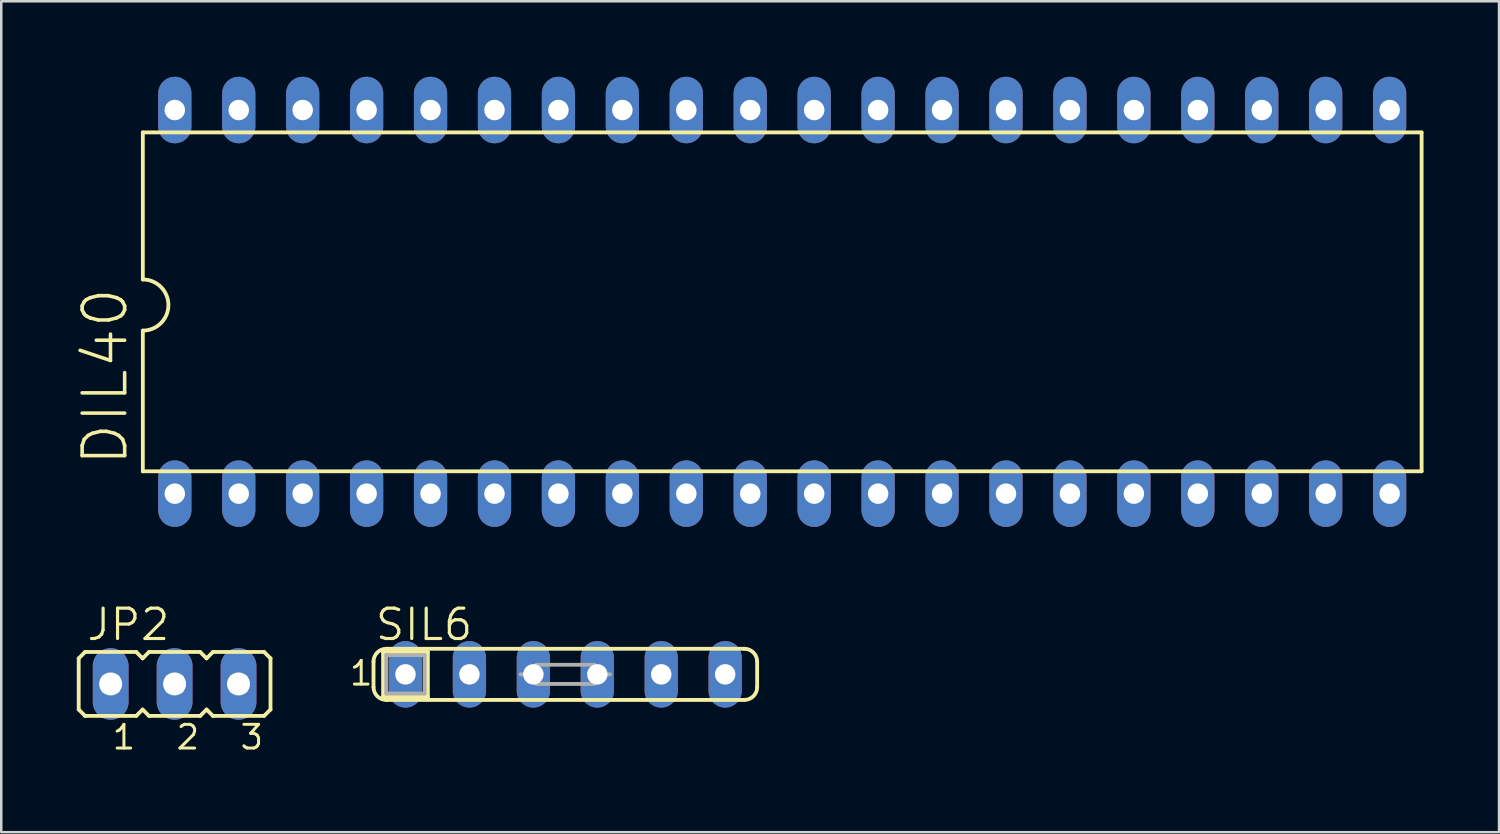
<source format=kicad_pcb>
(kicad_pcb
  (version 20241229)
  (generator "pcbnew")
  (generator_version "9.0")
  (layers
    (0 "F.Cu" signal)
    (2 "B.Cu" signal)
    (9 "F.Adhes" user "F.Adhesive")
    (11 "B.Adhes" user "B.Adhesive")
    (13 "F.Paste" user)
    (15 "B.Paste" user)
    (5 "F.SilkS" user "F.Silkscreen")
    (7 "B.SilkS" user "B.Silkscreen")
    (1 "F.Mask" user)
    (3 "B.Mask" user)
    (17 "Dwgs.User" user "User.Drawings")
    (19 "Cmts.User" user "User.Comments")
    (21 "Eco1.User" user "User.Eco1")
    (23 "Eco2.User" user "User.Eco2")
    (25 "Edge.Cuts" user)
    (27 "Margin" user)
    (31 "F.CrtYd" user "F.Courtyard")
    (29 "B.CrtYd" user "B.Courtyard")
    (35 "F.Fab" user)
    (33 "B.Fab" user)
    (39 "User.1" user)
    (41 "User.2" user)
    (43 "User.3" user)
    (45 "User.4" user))
  (footprint "SIL6"
    (layer "F.Cu")
    (at 19.408 23.739)
    (property "Reference" "SIL6" (at -7.62 -1.27 0) (layer "F.SilkS") (effects (font (size 1.206 1.206) (thickness 0.127)) (justify left bottom)))
    (attr through_hole)
    (fp_line (start -7.62 -0.508) (end -7.62 0.508) (stroke (width 0.152) (type solid)) (layer "F.SilkS"))
    (fp_line (start -7.239 -0.889) (end -7.239 0.889) (stroke (width 0.152) (type solid)) (layer "F.SilkS"))
    (fp_line (start -7.112 -1.016) (end 7.112 -1.016) (stroke (width 0.152) (type solid)) (layer "F.SilkS"))
    (fp_line (start -7.112 1.016) (end 7.112 1.016) (stroke (width 0.152) (type solid)) (layer "F.SilkS"))
    (fp_line (start -5.461 -0.889) (end -7.239 -0.889) (stroke (width 0.152) (type solid)) (layer "F.SilkS"))
    (fp_line (start -5.461 -0.889) (end -5.461 0.889) (stroke (width 0.152) (type solid)) (layer "F.SilkS"))
    (fp_line (start -5.461 0.889) (end -7.239 0.889) (stroke (width 0.152) (type solid)) (layer "F.SilkS"))
    (fp_line (start 7.62 -0.508) (end 7.62 0.508) (stroke (width 0.152) (type solid)) (layer "F.SilkS"))
    (fp_arc (start -7.62 -0.508) (mid -7.47121 -0.86721) (end -7.111999 -1.015999) (stroke (width 0.1524) (type solid)) (layer "F.SilkS"))
    (fp_arc (start -7.111999 1.015999) (mid -7.47121 0.86721) (end -7.62 0.508) (stroke (width 0.1524) (type solid)) (layer "F.SilkS"))
    (fp_arc (start 7.112 -1.016) (mid 7.471211 -0.86721) (end 7.620001 -0.507999) (stroke (width 0.1524) (type solid)) (layer "F.SilkS"))
    (fp_arc (start 7.620001 0.507999) (mid 7.471211 0.86721) (end 7.112 1.016) (stroke (width 0.1524) (type solid)) (layer "F.SilkS"))
    (fp_line (start -7.112 -0.762) (end -5.588 -0.762) (stroke (width 0.152) (type solid)) (layer "F.Fab"))
    (fp_line (start -7.112 0.762) (end -7.112 -0.762) (stroke (width 0.152) (type solid)) (layer "F.Fab"))
    (fp_line (start -5.588 -0.762) (end -5.588 0.762) (stroke (width 0.152) (type solid)) (layer "F.Fab"))
    (fp_line (start -5.588 0.762) (end -7.112 0.762) (stroke (width 0.152) (type solid)) (layer "F.Fab"))
    (fp_line (start -1.778 0) (end -1.143 0) (stroke (width 0.152) (type solid)) (layer "F.Fab"))
    (fp_line (start -1.143 -0.381) (end 1.143 -0.381) (stroke (width 0.152) (type solid)) (layer "F.Fab"))
    (fp_line (start -1.143 0) (end -1.143 -0.381) (stroke (width 0.152) (type solid)) (layer "F.Fab"))
    (fp_line (start -1.143 0.381) (end -1.143 0) (stroke (width 0.152) (type solid)) (layer "F.Fab"))
    (fp_line (start 1.143 -0.381) (end 1.143 0) (stroke (width 0.152) (type solid)) (layer "F.Fab"))
    (fp_line (start 1.143 0) (end 1.143 0.381) (stroke (width 0.152) (type solid)) (layer "F.Fab"))
    (fp_line (start 1.143 0.381) (end -1.143 0.381) (stroke (width 0.152) (type solid)) (layer "F.Fab"))
    (fp_line (start 1.778 0) (end 1.143 0) (stroke (width 0.152) (type solid)) (layer "F.Fab"))
    (fp_text user "1" (at -8.636 0.508 0) (layer "F.SilkS") (effects (font (size 0.941 0.941) (thickness 0.119)) (justify left bottom)))
    (pad "1" thru_hole oval (at -6.35 0 90) (size 2.642 1.321) (drill 0.813) (layers "*.Cu" "*.Mask"))
    (pad "2" thru_hole oval (at -3.81 0 90) (size 2.642 1.321) (drill 0.813) (layers "*.Cu" "*.Mask"))
    (pad "3" thru_hole oval (at -1.27 0 90) (size 2.642 1.321) (drill 0.813) (layers "*.Cu" "*.Mask"))
    (pad "4" thru_hole oval (at 1.27 0 90) (size 2.642 1.321) (drill 0.813) (layers "*.Cu" "*.Mask"))
    (pad "5" thru_hole oval (at 3.81 0 90) (size 2.642 1.321) (drill 0.813) (layers "*.Cu" "*.Mask"))
    (pad "6" thru_hole oval (at 6.35 0 90) (size 2.642 1.321) (drill 0.813) (layers "*.Cu" "*.Mask")))
  (footprint "DIL40"
    (layer "F.Cu")
    (at 28.024 8.941)
    (property "Reference" "DIL40" (at -25.908 6.604 90) (layer "F.SilkS") (effects (font (size 1.689 1.689) (thickness 0.142)) (justify left bottom)))
    (attr through_hole)
    (fp_line (start -25.4 -6.731) (end -25.4 -0.889) (stroke (width 0.152) (type solid)) (layer "F.SilkS"))
    (fp_line (start -25.4 6.731) (end -25.4 1.143) (stroke (width 0.152) (type solid)) (layer "F.SilkS"))
    (fp_line (start -25.4 6.731) (end 25.4 6.731) (stroke (width 0.152) (type solid)) (layer "F.SilkS"))
    (fp_line (start 25.4 -6.731) (end -25.4 -6.731) (stroke (width 0.152) (type solid)) (layer "F.SilkS"))
    (fp_line (start 25.4 -6.731) (end 25.4 6.731) (stroke (width 0.152) (type solid)) (layer "F.SilkS"))
    (fp_arc (start -25.4 -0.889) (mid -24.384 0.127) (end -25.4 1.143) (stroke (width 0.1524) (type solid)) (layer "F.SilkS"))
    (pad "1" thru_hole oval (at -24.13 7.62 90) (size 2.642 1.321) (drill 0.813) (layers "*.Cu" "*.Mask"))
    (pad "2" thru_hole oval (at -21.59 7.62 90) (size 2.642 1.321) (drill 0.813) (layers "*.Cu" "*.Mask"))
    (pad "3" thru_hole oval (at -19.05 7.62 90) (size 2.642 1.321) (drill 0.813) (layers "*.Cu" "*.Mask"))
    (pad "4" thru_hole oval (at -16.51 7.62 90) (size 2.642 1.321) (drill 0.813) (layers "*.Cu" "*.Mask"))
    (pad "5" thru_hole oval (at -13.97 7.62 90) (size 2.642 1.321) (drill 0.813) (layers "*.Cu" "*.Mask"))
    (pad "6" thru_hole oval (at -11.43 7.62 90) (size 2.642 1.321) (drill 0.813) (layers "*.Cu" "*.Mask"))
    (pad "7" thru_hole oval (at -8.89 7.62 90) (size 2.642 1.321) (drill 0.813) (layers "*.Cu" "*.Mask"))
    (pad "8" thru_hole oval (at -6.35 7.62 90) (size 2.642 1.321) (drill 0.813) (layers "*.Cu" "*.Mask"))
    (pad "9" thru_hole oval (at -3.81 7.62 90) (size 2.642 1.321) (drill 0.813) (layers "*.Cu" "*.Mask"))
    (pad "10" thru_hole oval (at -1.27 7.62 90) (size 2.642 1.321) (drill 0.813) (layers "*.Cu" "*.Mask"))
    (pad "11" thru_hole oval (at 1.27 7.62 90) (size 2.642 1.321) (drill 0.813) (layers "*.Cu" "*.Mask"))
    (pad "12" thru_hole oval (at 3.81 7.62 90) (size 2.642 1.321) (drill 0.813) (layers "*.Cu" "*.Mask"))
    (pad "13" thru_hole oval (at 6.35 7.62 90) (size 2.642 1.321) (drill 0.813) (layers "*.Cu" "*.Mask"))
    (pad "14" thru_hole oval (at 8.89 7.62 90) (size 2.642 1.321) (drill 0.813) (layers "*.Cu" "*.Mask"))
    (pad "15" thru_hole oval (at 11.43 7.62 90) (size 2.642 1.321) (drill 0.813) (layers "*.Cu" "*.Mask"))
    (pad "16" thru_hole oval (at 13.97 7.62 90) (size 2.642 1.321) (drill 0.813) (layers "*.Cu" "*.Mask"))
    (pad "17" thru_hole oval (at 16.51 7.62 90) (size 2.642 1.321) (drill 0.813) (layers "*.Cu" "*.Mask"))
    (pad "18" thru_hole oval (at 19.05 7.62 90) (size 2.642 1.321) (drill 0.813) (layers "*.Cu" "*.Mask"))
    (pad "19" thru_hole oval (at 21.59 7.62 90) (size 2.642 1.321) (drill 0.813) (layers "*.Cu" "*.Mask"))
    (pad "20" thru_hole oval (at 24.13 7.62 90) (size 2.642 1.321) (drill 0.813) (layers "*.Cu" "*.Mask"))
    (pad "21" thru_hole oval (at 24.13 -7.62 90) (size 2.642 1.321) (drill 0.813) (layers "*.Cu" "*.Mask"))
    (pad "22" thru_hole oval (at 21.59 -7.62 90) (size 2.642 1.321) (drill 0.813) (layers "*.Cu" "*.Mask"))
    (pad "23" thru_hole oval (at 19.05 -7.62 90) (size 2.642 1.321) (drill 0.813) (layers "*.Cu" "*.Mask"))
    (pad "24" thru_hole oval (at 16.51 -7.62 90) (size 2.642 1.321) (drill 0.813) (layers "*.Cu" "*.Mask"))
    (pad "25" thru_hole oval (at 13.97 -7.62 90) (size 2.642 1.321) (drill 0.813) (layers "*.Cu" "*.Mask"))
    (pad "26" thru_hole oval (at 11.43 -7.62 90) (size 2.642 1.321) (drill 0.813) (layers "*.Cu" "*.Mask"))
    (pad "27" thru_hole oval (at 8.89 -7.62 90) (size 2.642 1.321) (drill 0.813) (layers "*.Cu" "*.Mask"))
    (pad "28" thru_hole oval (at 6.35 -7.62 90) (size 2.642 1.321) (drill 0.813) (layers "*.Cu" "*.Mask"))
    (pad "29" thru_hole oval (at 3.81 -7.62 90) (size 2.642 1.321) (drill 0.813) (layers "*.Cu" "*.Mask"))
    (pad "30" thru_hole oval (at 1.27 -7.62 90) (size 2.642 1.321) (drill 0.813) (layers "*.Cu" "*.Mask"))
    (pad "31" thru_hole oval (at -1.27 -7.62 90) (size 2.642 1.321) (drill 0.813) (layers "*.Cu" "*.Mask"))
    (pad "32" thru_hole oval (at -3.81 -7.62 90) (size 2.642 1.321) (drill 0.813) (layers "*.Cu" "*.Mask"))
    (pad "33" thru_hole oval (at -6.35 -7.62 90) (size 2.642 1.321) (drill 0.813) (layers "*.Cu" "*.Mask"))
    (pad "34" thru_hole oval (at -8.89 -7.62 90) (size 2.642 1.321) (drill 0.813) (layers "*.Cu" "*.Mask"))
    (pad "35" thru_hole oval (at -11.43 -7.62 90) (size 2.642 1.321) (drill 0.813) (layers "*.Cu" "*.Mask"))
    (pad "36" thru_hole oval (at -13.97 -7.62 90) (size 2.642 1.321) (drill 0.813) (layers "*.Cu" "*.Mask"))
    (pad "37" thru_hole oval (at -16.51 -7.62 90) (size 2.642 1.321) (drill 0.813) (layers "*.Cu" "*.Mask"))
    (pad "38" thru_hole oval (at -19.05 -7.62 90) (size 2.642 1.321) (drill 0.813) (layers "*.Cu" "*.Mask"))
    (pad "39" thru_hole oval (at -21.59 -7.62 90) (size 2.642 1.321) (drill 0.813) (layers "*.Cu" "*.Mask"))
    (pad "40" thru_hole oval (at -24.13 -7.62 90) (size 2.642 1.321) (drill 0.813) (layers "*.Cu" "*.Mask")))
  (footprint "JP2"
    (layer "F.Cu")
    (at 3.886 24.12)
    (property "Reference" "JP2" (at -3.556 -1.651 0) (layer "F.SilkS") (effects (font (size 1.206 1.206) (thickness 0.127)) (justify left bottom)))
    (attr through_hole)
    (fp_line (start -3.81 -1.016) (end -3.556 -1.27) (stroke (width 0.152) (type solid)) (layer "F.SilkS"))
    (fp_line (start -3.81 1.016) (end -3.81 -1.016) (stroke (width 0.152) (type solid)) (layer "F.SilkS"))
    (fp_line (start -3.81 1.016) (end -3.556 1.27) (stroke (width 0.152) (type solid)) (layer "F.SilkS"))
    (fp_line (start -1.524 -1.27) (end -3.556 -1.27) (stroke (width 0.152) (type solid)) (layer "F.SilkS"))
    (fp_line (start -1.524 -1.27) (end -1.27 -1.016) (stroke (width 0.152) (type solid)) (layer "F.SilkS"))
    (fp_line (start -1.524 1.27) (end -3.556 1.27) (stroke (width 0.152) (type solid)) (layer "F.SilkS"))
    (fp_line (start -1.524 1.27) (end -1.27 1.016) (stroke (width 0.152) (type solid)) (layer "F.SilkS"))
    (fp_line (start -1.27 -1.016) (end -1.016 -1.27) (stroke (width 0.152) (type solid)) (layer "F.SilkS"))
    (fp_line (start -1.27 1.016) (end -1.016 1.27) (stroke (width 0.152) (type solid)) (layer "F.SilkS"))
    (fp_line (start 1.016 -1.27) (end -1.016 -1.27) (stroke (width 0.152) (type solid)) (layer "F.SilkS"))
    (fp_line (start 1.016 -1.27) (end 1.27 -1.016) (stroke (width 0.152) (type solid)) (layer "F.SilkS"))
    (fp_line (start 1.016 1.27) (end -1.016 1.27) (stroke (width 0.152) (type solid)) (layer "F.SilkS"))
    (fp_line (start 1.016 1.27) (end 1.27 1.016) (stroke (width 0.152) (type solid)) (layer "F.SilkS"))
    (fp_line (start 1.27 -1.016) (end 1.524 -1.27) (stroke (width 0.152) (type solid)) (layer "F.SilkS"))
    (fp_line (start 1.27 1.016) (end 1.524 1.27) (stroke (width 0.152) (type solid)) (layer "F.SilkS"))
    (fp_line (start 3.556 -1.27) (end 1.524 -1.27) (stroke (width 0.152) (type solid)) (layer "F.SilkS"))
    (fp_line (start 3.556 -1.27) (end 3.81 -1.016) (stroke (width 0.152) (type solid)) (layer "F.SilkS"))
    (fp_line (start 3.556 1.27) (end 1.524 1.27) (stroke (width 0.152) (type solid)) (layer "F.SilkS"))
    (fp_line (start 3.556 1.27) (end 3.81 1.016) (stroke (width 0.152) (type solid)) (layer "F.SilkS"))
    (fp_line (start 3.81 -1.016) (end 3.81 1.016) (stroke (width 0.152) (type solid)) (layer "F.SilkS"))
    (fp_poly (pts (xy -2.845 0.305) (xy -2.235 0.305) (xy -2.235 -0.305) (xy -2.845 -0.305)) (stroke (width 0.1) (type solid)) (fill no) (layer "F.Fab"))
    (fp_poly (pts (xy -0.305 0.305) (xy 0.305 0.305) (xy 0.305 -0.305) (xy -0.305 -0.305)) (stroke (width 0.1) (type solid)) (fill no) (layer "F.Fab"))
    (fp_poly (pts (xy 2.235 0.305) (xy 2.845 0.305) (xy 2.845 -0.305) (xy 2.235 -0.305)) (stroke (width 0.1) (type solid)) (fill no) (layer "F.Fab"))
    (fp_text user "2" (at 0 2.667 0) (layer "F.SilkS") (effects (font (size 0.941 0.941) (thickness 0.119)) (justify left bottom)))
    (fp_text user "3" (at 2.54 2.667 0) (layer "F.SilkS") (effects (font (size 0.941 0.941) (thickness 0.119)) (justify left bottom)))
    (fp_text user "1" (at -2.54 2.667 0) (layer "F.SilkS") (effects (font (size 0.941 0.941) (thickness 0.119)) (justify left bottom)))
    (pad "1" thru_hole oval (at -2.54 0 90) (size 2.845 1.422) (drill 0.914) (layers "*.Cu" "*.Mask"))
    (pad "2" thru_hole oval (at 0 0 90) (size 2.845 1.422) (drill 0.914) (layers "*.Cu" "*.Mask"))
    (pad "3" thru_hole oval (at 2.54 0 90) (size 2.845 1.422) (drill 0.914) (layers "*.Cu" "*.Mask")))
  (gr_rect
    (start -3 -3)
    (end 56.5 30.008)
    (stroke (width 0.1) (type default))
    (fill no)
    (layer "Edge.Cuts")))
</source>
